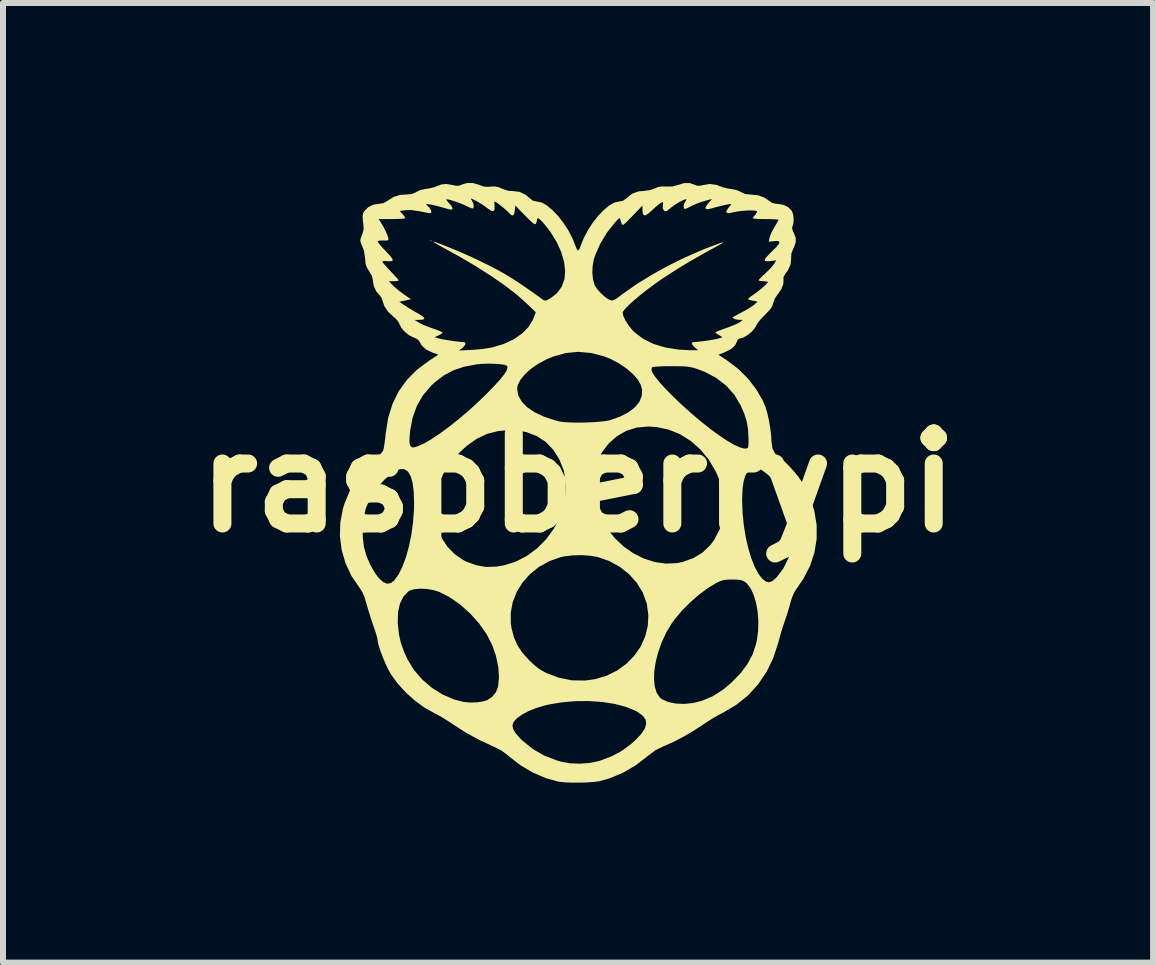
<source format=kicad_pcb>
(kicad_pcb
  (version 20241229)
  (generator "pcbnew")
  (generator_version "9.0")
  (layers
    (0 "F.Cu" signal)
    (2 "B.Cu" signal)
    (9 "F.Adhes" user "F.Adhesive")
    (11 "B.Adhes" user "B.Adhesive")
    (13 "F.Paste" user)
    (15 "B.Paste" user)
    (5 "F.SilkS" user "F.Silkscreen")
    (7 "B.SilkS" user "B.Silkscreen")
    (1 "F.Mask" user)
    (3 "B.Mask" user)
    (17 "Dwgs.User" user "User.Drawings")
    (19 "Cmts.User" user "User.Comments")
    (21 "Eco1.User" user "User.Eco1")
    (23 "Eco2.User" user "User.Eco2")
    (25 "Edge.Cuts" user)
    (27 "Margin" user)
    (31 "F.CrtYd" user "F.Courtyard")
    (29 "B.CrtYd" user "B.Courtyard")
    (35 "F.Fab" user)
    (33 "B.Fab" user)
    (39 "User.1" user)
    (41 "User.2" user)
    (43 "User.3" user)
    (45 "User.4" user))
  (footprint "raspberrypi"
    (layer "F.Cu")
    (at 6.586 4.998)
    (property "Reference" "raspberrypi" (at 0 0 0) (layer "F.SilkS") (effects (font (size 1.5 1.5) (thickness 0.3))))
    (attr board_only exclude_from_pos_files exclude_from_bom)
    (fp_poly (pts (xy -2.442 -4.035) (xy -2.452 -4.025) (xy -2.462 -4.035) (xy -2.452 -4.044)) (stroke (width 0) (type solid)) (fill yes) (layer "F.SilkS"))
    (fp_poly (pts (xy -1.746 -4.996) (xy -1.649 -4.967) (xy -1.643 -4.964) (xy -1.582 -4.94) (xy -1.515 -4.933) (xy -1.462 -4.937) (xy -1.386 -4.94) (xy -1.326 -4.928) (xy -1.269 -4.903) (xy -1.166 -4.868) (xy -1.089 -4.863) (xy -0.974 -4.85) (xy -0.871 -4.8) (xy -0.81 -4.747) (xy -0.756 -4.704) (xy -0.695 -4.69) (xy -0.683 -4.689) (xy -0.606 -4.672) (xy -0.519 -4.623) (xy -0.428 -4.547) (xy -0.335 -4.45) (xy -0.246 -4.336) (xy -0.164 -4.211) (xy -0.095 -4.079) (xy -0.042 -3.946) (xy -0.04 -3.942) (xy -0.018 -3.888) (xy 0.002 -3.873) (xy 0.023 -3.896) (xy 0.04 -3.942) (xy 0.093 -4.075) (xy 0.162 -4.207) (xy 0.243 -4.333) (xy 0.332 -4.447) (xy 0.425 -4.544) (xy 0.517 -4.621) (xy 0.603 -4.671) (xy 0.681 -4.689) (xy 0.683 -4.689) (xy 0.746 -4.7) (xy 0.8 -4.737) (xy 0.81 -4.747) (xy 0.903 -4.82) (xy 1.01 -4.858) (xy 1.093 -4.865) (xy 1.204 -4.88) (xy 1.274 -4.906) (xy 1.339 -4.932) (xy 1.407 -4.941) (xy 1.464 -4.938) (xy 1.571 -4.94) (xy 1.666 -4.965) (xy 1.772 -4.996) (xy 1.86 -4.997) (xy 1.938 -4.97) (xy 1.99 -4.951) (xy 2.042 -4.953) (xy 2.072 -4.961) (xy 2.196 -4.981) (xy 2.309 -4.966) (xy 2.36 -4.946) (xy 2.422 -4.923) (xy 2.501 -4.905) (xy 2.545 -4.899) (xy 2.631 -4.883) (xy 2.7 -4.856) (xy 2.714 -4.847) (xy 2.79 -4.814) (xy 2.865 -4.806) (xy 3.001 -4.793) (xy 3.111 -4.752) (xy 3.173 -4.708) (xy 3.234 -4.666) (xy 3.299 -4.651) (xy 3.319 -4.65) (xy 3.415 -4.636) (xy 3.498 -4.598) (xy 3.558 -4.54) (xy 3.563 -4.533) (xy 3.586 -4.469) (xy 3.594 -4.391) (xy 3.588 -4.317) (xy 3.575 -4.278) (xy 3.567 -4.242) (xy 3.582 -4.193) (xy 3.595 -4.167) (xy 3.627 -4.088) (xy 3.629 -4.014) (xy 3.602 -3.932) (xy 3.589 -3.906) (xy 3.556 -3.823) (xy 3.551 -3.743) (xy 3.552 -3.739) (xy 3.543 -3.64) (xy 3.498 -3.541) (xy 3.454 -3.484) (xy 3.424 -3.429) (xy 3.425 -3.386) (xy 3.421 -3.313) (xy 3.39 -3.231) (xy 3.336 -3.151) (xy 3.323 -3.136) (xy 3.279 -3.07) (xy 3.254 -2.999) (xy 3.24 -2.952) (xy 3.213 -2.905) (xy 3.164 -2.849) (xy 3.117 -2.802) (xy 3.06 -2.743) (xy 3.013 -2.689) (xy 2.985 -2.65) (xy 2.981 -2.641) (xy 2.947 -2.579) (xy 2.89 -2.515) (xy 2.821 -2.459) (xy 2.751 -2.419) (xy 2.69 -2.403) (xy 2.689 -2.403) (xy 2.663 -2.387) (xy 2.65 -2.359) (xy 2.616 -2.289) (xy 2.552 -2.231) (xy 2.455 -2.181) (xy 2.454 -2.18) (xy 2.34 -2.134) (xy 2.484 -2.04) (xy 2.665 -1.903) (xy 2.828 -1.742) (xy 2.967 -1.563) (xy 3.077 -1.375) (xy 3.124 -1.264) (xy 3.153 -1.168) (xy 3.18 -1.047) (xy 3.203 -0.916) (xy 3.218 -0.791) (xy 3.224 -0.686) (xy 3.224 -0.686) (xy 3.24 -0.573) (xy 3.288 -0.481) (xy 3.37 -0.411) (xy 3.37 -0.411) (xy 3.436 -0.36) (xy 3.513 -0.285) (xy 3.595 -0.195) (xy 3.673 -0.099) (xy 3.737 -0.006) (xy 3.75 0.015) (xy 3.863 0.241) (xy 3.939 0.471) (xy 3.977 0.704) (xy 3.977 0.936) (xy 3.94 1.164) (xy 3.866 1.387) (xy 3.756 1.601) (xy 3.673 1.721) (xy 3.615 1.807) (xy 3.575 1.889) (xy 3.543 1.987) (xy 3.537 2.011) (xy 3.51 2.107) (xy 3.478 2.21) (xy 3.448 2.297) (xy 3.446 2.303) (xy 3.421 2.377) (xy 3.39 2.475) (xy 3.36 2.582) (xy 3.34 2.657) (xy 3.256 2.916) (xy 3.142 3.152) (xy 2.999 3.363) (xy 2.829 3.548) (xy 2.632 3.705) (xy 2.433 3.822) (xy 2.333 3.876) (xy 2.221 3.941) (xy 2.118 4.007) (xy 2.091 4.026) (xy 1.93 4.131) (xy 1.763 4.229) (xy 1.601 4.314) (xy 1.454 4.38) (xy 1.429 4.39) (xy 1.291 4.457) (xy 1.167 4.55) (xy 1.166 4.551) (xy 0.963 4.708) (xy 0.745 4.835) (xy 0.519 4.929) (xy 0.355 4.974) (xy 0.271 4.986) (xy 0.16 4.994) (xy 0.036 4.998) (xy -0.091 4.998) (xy -0.208 4.994) (xy -0.302 4.985) (xy -0.331 4.981) (xy -0.54 4.922) (xy -0.75 4.832) (xy -0.952 4.714) (xy -1.136 4.573) (xy -1.164 4.548) (xy -1.276 4.464) (xy -1.414 4.394) (xy -1.43 4.387) (xy -1.645 4.288) (xy -1.871 4.164) (xy -2.054 4.046) (xy -1.094 4.046) (xy -1.08 4.109) (xy -1.037 4.18) (xy -0.961 4.265) (xy -0.933 4.292) (xy -0.757 4.436) (xy -0.565 4.547) (xy -0.352 4.629) (xy -0.274 4.651) (xy -0.129 4.676) (xy 0.032 4.682) (xy 0.194 4.67) (xy 0.34 4.64) (xy 0.361 4.634) (xy 0.553 4.562) (xy 0.717 4.476) (xy 0.866 4.369) (xy 0.951 4.294) (xy 1.049 4.191) (xy 1.111 4.1) (xy 1.136 4.02) (xy 1.126 3.949) (xy 1.079 3.883) (xy 0.996 3.822) (xy 0.949 3.796) (xy 0.792 3.733) (xy 0.606 3.685) (xy 0.399 3.653) (xy 0.178 3.638) (xy -0.049 3.64) (xy -0.275 3.66) (xy -0.493 3.697) (xy -0.56 3.713) (xy -0.702 3.756) (xy -0.83 3.808) (xy -0.937 3.866) (xy -1.02 3.926) (xy -1.074 3.986) (xy -1.094 4.044) (xy -1.094 4.046) (xy -2.054 4.046) (xy -2.097 4.019) (xy -2.1 4.016) (xy -2.186 3.959) (xy -2.274 3.905) (xy -2.351 3.862) (xy -2.387 3.844) (xy -2.553 3.753) (xy -2.719 3.632) (xy -2.877 3.49) (xy -3.017 3.334) (xy -3.121 3.189) (xy -3.163 3.113) (xy -3.208 3.019) (xy -3.251 2.917) (xy -3.29 2.816) (xy -3.32 2.725) (xy -3.338 2.654) (xy -3.341 2.624) (xy -3.347 2.588) (xy -3.365 2.525) (xy -3.39 2.446) (xy -3.41 2.389) (xy -3.432 2.325) (xy -3.006 2.325) (xy -3.003 2.369) (xy -2.985 2.529) (xy -2.952 2.674) (xy -2.899 2.821) (xy -2.844 2.941) (xy -2.737 3.118) (xy -2.599 3.278) (xy -2.437 3.417) (xy -2.257 3.53) (xy -2.064 3.613) (xy -1.905 3.653) (xy -1.801 3.663) (xy -1.688 3.66) (xy -1.584 3.644) (xy -1.517 3.624) (xy -1.435 3.571) (xy -1.37 3.492) (xy -1.334 3.404) (xy -1.318 3.244) (xy -1.33 3.067) (xy -1.37 2.88) (xy -1.429 2.709) (xy -1.524 2.524) (xy -1.651 2.343) (xy -1.802 2.174) (xy -1.815 2.164) (xy -1.122 2.164) (xy -1.121 2.345) (xy -1.108 2.427) (xy -1.068 2.579) (xy -1.01 2.71) (xy -0.929 2.832) (xy -0.821 2.952) (xy -0.729 3.04) (xy -0.645 3.105) (xy -0.555 3.157) (xy -0.523 3.173) (xy -0.316 3.251) (xy -0.101 3.293) (xy 0.117 3.296) (xy 0.261 3.276) (xy 1.266 3.276) (xy 1.279 3.4) (xy 1.311 3.503) (xy 1.363 3.579) (xy 1.395 3.605) (xy 1.499 3.653) (xy 1.628 3.68) (xy 1.772 3.686) (xy 1.923 3.67) (xy 2.071 3.632) (xy 2.252 3.554) (xy 2.42 3.446) (xy 2.563 3.325) (xy 2.712 3.17) (xy 2.826 3.017) (xy 2.91 2.859) (xy 2.966 2.69) (xy 2.981 2.621) (xy 3.002 2.464) (xy 3.005 2.303) (xy 2.993 2.146) (xy 2.966 1.998) (xy 2.926 1.866) (xy 2.875 1.756) (xy 2.812 1.676) (xy 2.788 1.656) (xy 2.749 1.633) (xy 2.705 1.62) (xy 2.645 1.614) (xy 2.569 1.612) (xy 2.481 1.615) (xy 2.416 1.624) (xy 2.357 1.644) (xy 2.306 1.669) (xy 2.165 1.754) (xy 2.016 1.865) (xy 1.868 1.994) (xy 1.73 2.133) (xy 1.612 2.273) (xy 1.556 2.351) (xy 1.467 2.502) (xy 1.393 2.661) (xy 1.336 2.823) (xy 1.295 2.983) (xy 1.271 3.135) (xy 1.266 3.276) (xy 0.261 3.276) (xy 0.283 3.273) (xy 0.478 3.215) (xy 0.654 3.127) (xy 0.808 3.015) (xy 0.938 2.881) (xy 1.043 2.73) (xy 1.118 2.564) (xy 1.162 2.388) (xy 1.172 2.205) (xy 1.146 2.019) (xy 1.142 2.004) (xy 1.077 1.827) (xy 0.978 1.666) (xy 0.849 1.522) (xy 0.694 1.4) (xy 0.517 1.303) (xy 0.33 1.238) (xy 0.205 1.216) (xy 0.06 1.206) (xy -0.09 1.21) (xy -0.229 1.226) (xy -0.293 1.24) (xy -0.483 1.308) (xy -0.654 1.403) (xy -0.802 1.523) (xy -0.926 1.663) (xy -1.022 1.819) (xy -1.089 1.987) (xy -1.122 2.164) (xy -1.815 2.164) (xy -1.972 2.024) (xy -2.153 1.9) (xy -2.315 1.818) (xy -2.412 1.788) (xy -2.519 1.77) (xy -2.627 1.765) (xy -2.725 1.773) (xy -2.801 1.794) (xy -2.827 1.809) (xy -2.91 1.895) (xy -2.968 2.01) (xy -3 2.153) (xy -3.006 2.325) (xy -3.432 2.325) (xy -3.447 2.282) (xy -3.485 2.161) (xy -3.518 2.049) (xy -3.527 2.016) (xy -3.561 1.904) (xy -3.596 1.821) (xy -3.638 1.757) (xy -3.641 1.752) (xy -3.775 1.557) (xy -3.875 1.346) (xy -3.94 1.123) (xy -3.969 0.899) (xy -3.589 0.899) (xy -3.572 1.052) (xy -3.568 1.075) (xy -3.525 1.224) (xy -3.461 1.373) (xy -3.383 1.507) (xy -3.321 1.589) (xy -3.25 1.654) (xy -3.184 1.682) (xy -3.122 1.672) (xy -3.064 1.627) (xy -2.993 1.529) (xy -2.928 1.398) (xy -2.869 1.24) (xy -2.819 1.06) (xy -2.779 0.865) (xy -2.751 0.659) (xy -2.741 0.522) (xy -2.38 0.522) (xy -2.365 0.658) (xy -2.332 0.783) (xy -2.277 0.91) (xy -2.275 0.916) (xy -2.183 1.059) (xy -2.062 1.185) (xy -1.92 1.284) (xy -1.869 1.311) (xy -1.703 1.373) (xy -1.539 1.402) (xy -1.367 1.398) (xy -1.241 1.377) (xy -1.042 1.316) (xy -0.855 1.22) (xy -0.683 1.093) (xy -0.531 0.94) (xy -0.403 0.764) (xy -0.303 0.569) (xy -0.241 0.39) (xy -0.221 0.282) (xy -0.21 0.155) (xy -0.209 0.031) (xy 0.252 0.031) (xy 0.27 0.231) (xy 0.322 0.433) (xy 0.378 0.573) (xy 0.482 0.757) (xy 0.611 0.921) (xy 0.759 1.061) (xy 0.924 1.177) (xy 1.1 1.264) (xy 1.283 1.322) (xy 1.469 1.347) (xy 1.654 1.338) (xy 1.745 1.319) (xy 1.925 1.254) (xy 2.078 1.16) (xy 2.206 1.037) (xy 2.268 0.953) (xy 2.361 0.774) (xy 2.418 0.584) (xy 2.438 0.386) (xy 2.431 0.309) (xy 2.735 0.309) (xy 2.743 0.508) (xy 2.763 0.709) (xy 2.795 0.905) (xy 2.837 1.09) (xy 2.888 1.258) (xy 2.946 1.404) (xy 3.01 1.522) (xy 3.069 1.597) (xy 3.128 1.645) (xy 3.182 1.659) (xy 3.238 1.639) (xy 3.302 1.584) (xy 3.312 1.573) (xy 3.42 1.431) (xy 3.504 1.263) (xy 3.562 1.077) (xy 3.591 0.879) (xy 3.595 0.783) (xy 3.576 0.564) (xy 3.522 0.359) (xy 3.434 0.173) (xy 3.312 0.005) (xy 3.156 -0.143) (xy 3.079 -0.2) (xy 2.999 -0.248) (xy 2.938 -0.265) (xy 2.887 -0.251) (xy 2.84 -0.206) (xy 2.82 -0.18) (xy 2.785 -0.11) (xy 2.759 -0.022) (xy 2.743 0.091) (xy 2.736 0.234) (xy 2.735 0.309) (xy 2.431 0.309) (xy 2.42 0.183) (xy 2.366 -0.023) (xy 2.297 -0.186) (xy 2.18 -0.384) (xy 2.039 -0.556) (xy 1.878 -0.698) (xy 1.7 -0.81) (xy 1.508 -0.887) (xy 1.304 -0.93) (xy 1.17 -0.938) (xy 0.981 -0.921) (xy 0.809 -0.869) (xy 0.655 -0.782) (xy 0.515 -0.66) (xy 0.4 -0.511) (xy 0.317 -0.343) (xy 0.268 -0.161) (xy 0.252 0.031) (xy -0.209 0.031) (xy -0.209 0.024) (xy -0.218 -0.098) (xy -0.237 -0.198) (xy -0.239 -0.207) (xy -0.314 -0.394) (xy -0.414 -0.552) (xy -0.539 -0.681) (xy -0.687 -0.778) (xy -0.856 -0.844) (xy -1.045 -0.876) (xy -1.133 -0.879) (xy -1.333 -0.863) (xy -1.518 -0.815) (xy -1.692 -0.732) (xy -1.859 -0.613) (xy -1.973 -0.508) (xy -2.12 -0.344) (xy -2.232 -0.18) (xy -2.31 -0.01) (xy -2.358 0.172) (xy -2.379 0.362) (xy -2.38 0.522) (xy -2.741 0.522) (xy -2.735 0.45) (xy -2.733 0.327) (xy -2.74 0.143) (xy -2.759 -0.004) (xy -2.792 -0.115) (xy -2.838 -0.19) (xy -2.896 -0.227) (xy -2.967 -0.229) (xy -3.051 -0.193) (xy -3.076 -0.177) (xy -3.225 -0.055) (xy -3.356 0.091) (xy -3.461 0.251) (xy -3.535 0.417) (xy -3.539 0.428) (xy -3.572 0.571) (xy -3.589 0.733) (xy -3.589 0.899) (xy -3.969 0.899) (xy -3.97 0.893) (xy -3.963 0.66) (xy -3.919 0.43) (xy -3.896 0.354) (xy -3.804 0.131) (xy -3.684 -0.072) (xy -3.541 -0.251) (xy -3.401 -0.38) (xy -3.338 -0.435) (xy -3.286 -0.488) (xy -3.253 -0.531) (xy -3.248 -0.541) (xy -3.238 -0.582) (xy -3.227 -0.652) (xy -3.219 -0.708) (xy -2.811 -0.708) (xy -2.808 -0.65) (xy -2.795 -0.617) (xy -2.794 -0.616) (xy -2.774 -0.595) (xy -2.752 -0.588) (xy -2.715 -0.596) (xy -2.664 -0.613) (xy -2.564 -0.658) (xy -2.443 -0.728) (xy -2.304 -0.821) (xy -2.153 -0.932) (xy -1.993 -1.059) (xy -1.83 -1.197) (xy -1.669 -1.344) (xy -1.533 -1.475) (xy -1.445 -1.565) (xy -1.016 -1.565) (xy -0.997 -1.458) (xy -0.941 -1.356) (xy -0.851 -1.262) (xy -0.728 -1.178) (xy -0.575 -1.105) (xy -0.394 -1.044) (xy -0.313 -1.023) (xy -0.239 -1.012) (xy -0.136 -1.006) (xy -0.015 -1.003) (xy 0.116 -1.005) (xy 0.246 -1.01) (xy 0.366 -1.019) (xy 0.465 -1.03) (xy 0.528 -1.043) (xy 0.698 -1.102) (xy 0.838 -1.174) (xy 0.946 -1.257) (xy 1.022 -1.349) (xy 1.062 -1.448) (xy 1.067 -1.553) (xy 1.046 -1.631) (xy 0.996 -1.72) (xy 0.915 -1.813) (xy 0.824 -1.89) (xy 1.222 -1.89) (xy 1.24 -1.837) (xy 1.288 -1.763) (xy 1.365 -1.668) (xy 1.473 -1.552) (xy 1.569 -1.454) (xy 1.726 -1.303) (xy 1.886 -1.159) (xy 2.043 -1.026) (xy 2.195 -0.905) (xy 2.339 -0.799) (xy 2.471 -0.71) (xy 2.588 -0.641) (xy 2.687 -0.594) (xy 2.764 -0.572) (xy 2.794 -0.571) (xy 2.818 -0.575) (xy 2.832 -0.587) (xy 2.839 -0.614) (xy 2.842 -0.664) (xy 2.841 -0.742) (xy 2.834 -0.891) (xy 2.811 -1.022) (xy 2.771 -1.151) (xy 2.711 -1.29) (xy 2.606 -1.467) (xy 2.47 -1.619) (xy 2.304 -1.748) (xy 2.109 -1.851) (xy 1.983 -1.898) (xy 1.924 -1.917) (xy 1.867 -1.929) (xy 1.805 -1.938) (xy 1.728 -1.942) (xy 1.625 -1.944) (xy 1.549 -1.944) (xy 1.437 -1.943) (xy 1.344 -1.939) (xy 1.275 -1.934) (xy 1.237 -1.927) (xy 1.233 -1.925) (xy 1.222 -1.89) (xy 0.824 -1.89) (xy 0.809 -1.904) (xy 0.686 -1.988) (xy 0.552 -2.06) (xy 0.436 -2.107) (xy 0.217 -2.164) (xy 0.004 -2.183) (xy -0.206 -2.163) (xy -0.416 -2.104) (xy -0.518 -2.062) (xy -0.659 -1.987) (xy -0.783 -1.902) (xy -0.884 -1.812) (xy -0.959 -1.72) (xy -1.005 -1.631) (xy -1.016 -1.565) (xy -1.445 -1.565) (xy -1.404 -1.607) (xy -1.305 -1.715) (xy -1.235 -1.802) (xy -1.192 -1.869) (xy -1.175 -1.917) (xy -1.184 -1.948) (xy -1.192 -1.954) (xy -1.235 -1.968) (xy -1.306 -1.978) (xy -1.397 -1.984) (xy -1.498 -1.986) (xy -1.598 -1.983) (xy -1.688 -1.975) (xy -1.694 -1.974) (xy -1.9 -1.935) (xy -2.078 -1.875) (xy -2.237 -1.791) (xy -2.384 -1.679) (xy -2.454 -1.613) (xy -2.586 -1.458) (xy -2.686 -1.284) (xy -2.757 -1.09) (xy -2.799 -0.871) (xy -2.806 -0.798) (xy -2.811 -0.708) (xy -3.219 -0.708) (xy -3.215 -0.74) (xy -3.206 -0.825) (xy -3.166 -1.081) (xy -3.094 -1.313) (xy -2.992 -1.523) (xy -2.856 -1.712) (xy -2.688 -1.882) (xy -2.488 -2.032) (xy -2.328 -2.137) (xy -2.425 -2.17) (xy -2.534 -2.222) (xy -2.609 -2.292) (xy -2.637 -2.344) (xy -2.67 -2.388) (xy -2.73 -2.419) (xy -2.742 -2.422) (xy -2.813 -2.457) (xy -2.884 -2.513) (xy -2.943 -2.579) (xy -2.977 -2.644) (xy -2.979 -2.651) (xy -3.006 -2.7) (xy -3.057 -2.752) (xy -3.074 -2.765) (xy -3.168 -2.853) (xy -3.232 -2.951) (xy -3.256 -3.025) (xy -3.276 -3.083) (xy -3.309 -3.128) (xy -3.312 -3.13) (xy -3.365 -3.192) (xy -3.403 -3.274) (xy -3.419 -3.362) (xy -3.419 -3.368) (xy -3.436 -3.446) (xy -3.483 -3.528) (xy -3.523 -3.592) (xy -3.542 -3.652) (xy -3.548 -3.727) (xy -3.548 -3.729) (xy -3.568 -3.866) (xy -3.595 -3.937) (xy -3.62 -3.994) (xy -3.627 -4.023) (xy -3.341 -4.023) (xy -3.328 -4) (xy -3.294 -3.958) (xy -3.243 -3.901) (xy -3.201 -3.857) (xy -3.135 -3.786) (xy -3.097 -3.737) (xy -3.089 -3.707) (xy -3.109 -3.694) (xy -3.158 -3.693) (xy -3.195 -3.696) (xy -3.24 -3.697) (xy -3.262 -3.689) (xy -3.263 -3.687) (xy -3.25 -3.666) (xy -3.216 -3.625) (xy -3.165 -3.569) (xy -3.126 -3.528) (xy -3.069 -3.467) (xy -3.023 -3.417) (xy -2.995 -3.384) (xy -2.989 -3.374) (xy -3.007 -3.366) (xy -3.05 -3.361) (xy -3.071 -3.361) (xy -3.153 -3.361) (xy -3.086 -3.29) (xy -3.034 -3.242) (xy -2.964 -3.186) (xy -2.902 -3.14) (xy -2.785 -3.06) (xy -2.882 -3.039) (xy -2.98 -3.018) (xy -2.892 -2.958) (xy -2.829 -2.917) (xy -2.749 -2.869) (xy -2.67 -2.824) (xy -2.599 -2.781) (xy -2.564 -2.75) (xy -2.566 -2.729) (xy -2.604 -2.718) (xy -2.657 -2.716) (xy -2.726 -2.715) (xy -2.649 -2.668) (xy -2.594 -2.639) (xy -2.516 -2.607) (xy -2.43 -2.575) (xy -2.41 -2.569) (xy -2.339 -2.544) (xy -2.286 -2.521) (xy -2.259 -2.504) (xy -2.258 -2.499) (xy -2.283 -2.479) (xy -2.327 -2.457) (xy -2.331 -2.455) (xy -2.393 -2.429) (xy -2.325 -2.407) (xy -2.278 -2.396) (xy -2.205 -2.383) (xy -2.118 -2.369) (xy -2.03 -2.357) (xy -1.954 -2.348) (xy -1.901 -2.345) (xy -1.901 -2.345) (xy -1.878 -2.333) (xy -1.881 -2.304) (xy -1.908 -2.266) (xy -1.929 -2.247) (xy -1.983 -2.205) (xy -1.778 -2.215) (xy -1.672 -2.223) (xy -1.56 -2.235) (xy -1.462 -2.251) (xy -1.426 -2.258) (xy -1.24 -2.314) (xy -1.076 -2.39) (xy -0.938 -2.485) (xy -0.829 -2.594) (xy -0.754 -2.716) (xy -0.745 -2.739) (xy -0.705 -2.843) (xy -0.86 -2.992) (xy -1.019 -3.134) (xy -1.213 -3.284) (xy -1.438 -3.441) (xy -1.692 -3.603) (xy -1.97 -3.767) (xy -2.173 -3.879) (xy -2.261 -3.927) (xy -2.334 -3.968) (xy -2.387 -3.999) (xy -2.414 -4.016) (xy -2.416 -4.019) (xy -2.395 -4.016) (xy -2.343 -3.999) (xy -2.268 -3.971) (xy -2.175 -3.934) (xy -2.069 -3.89) (xy -1.957 -3.843) (xy -1.844 -3.794) (xy -1.737 -3.745) (xy -1.646 -3.702) (xy -1.489 -3.625) (xy -1.349 -3.552) (xy -1.219 -3.48) (xy -1.092 -3.402) (xy -0.959 -3.316) (xy -0.813 -3.215) (xy -0.647 -3.097) (xy -0.584 -3.051) (xy -0.558 -3.038) (xy -0.528 -3.041) (xy -0.482 -3.063) (xy -0.46 -3.076) (xy -0.351 -3.161) (xy -0.273 -3.268) (xy -0.227 -3.397) (xy -0.217 -3.5) (xy 0.238 -3.5) (xy 0.249 -3.39) (xy 0.275 -3.3) (xy 0.281 -3.286) (xy 0.326 -3.22) (xy 0.389 -3.151) (xy 0.458 -3.091) (xy 0.52 -3.051) (xy 0.525 -3.049) (xy 0.552 -3.04) (xy 0.577 -3.04) (xy 0.608 -3.052) (xy 0.653 -3.08) (xy 0.717 -3.128) (xy 0.754 -3.155) (xy 0.973 -3.309) (xy 1.221 -3.462) (xy 1.488 -3.611) (xy 1.764 -3.748) (xy 2.039 -3.869) (xy 2.12 -3.902) (xy 2.246 -3.95) (xy 2.337 -3.985) (xy 2.394 -4.004) (xy 2.418 -4.009) (xy 2.411 -3.999) (xy 2.372 -3.975) (xy 2.303 -3.937) (xy 2.266 -3.917) (xy 2.069 -3.808) (xy 1.872 -3.695) (xy 1.686 -3.583) (xy 1.519 -3.478) (xy 1.407 -3.404) (xy 1.277 -3.313) (xy 1.152 -3.22) (xy 1.037 -3.129) (xy 0.936 -3.045) (xy 0.852 -2.969) (xy 0.789 -2.906) (xy 0.752 -2.858) (xy 0.743 -2.835) (xy 0.756 -2.776) (xy 0.792 -2.702) (xy 0.844 -2.621) (xy 0.906 -2.544) (xy 0.94 -2.509) (xy 1.084 -2.401) (xy 1.257 -2.315) (xy 1.456 -2.255) (xy 1.68 -2.22) (xy 1.856 -2.211) (xy 2.003 -2.209) (xy 1.949 -2.253) (xy 1.91 -2.293) (xy 1.896 -2.326) (xy 1.909 -2.343) (xy 1.92 -2.345) (xy 1.975 -2.348) (xy 2.052 -2.357) (xy 2.14 -2.368) (xy 2.226 -2.382) (xy 2.297 -2.395) (xy 2.34 -2.405) (xy 2.407 -2.427) (xy 2.346 -2.464) (xy 2.307 -2.49) (xy 2.287 -2.507) (xy 2.286 -2.508) (xy 2.303 -2.517) (xy 2.35 -2.536) (xy 2.417 -2.561) (xy 2.468 -2.579) (xy 2.552 -2.61) (xy 2.626 -2.641) (xy 2.681 -2.668) (xy 2.697 -2.678) (xy 2.745 -2.715) (xy 2.687 -2.716) (xy 2.639 -2.722) (xy 2.599 -2.735) (xy 2.578 -2.751) (xy 2.58 -2.761) (xy 2.6 -2.773) (xy 2.647 -2.798) (xy 2.712 -2.833) (xy 2.75 -2.853) (xy 2.827 -2.896) (xy 2.893 -2.937) (xy 2.94 -2.971) (xy 2.951 -2.981) (xy 2.991 -3.023) (xy 2.912 -3.036) (xy 2.863 -3.047) (xy 2.836 -3.059) (xy 2.833 -3.063) (xy 2.848 -3.081) (xy 2.886 -3.111) (xy 2.907 -3.125) (xy 2.961 -3.163) (xy 3.022 -3.21) (xy 3.081 -3.259) (xy 3.129 -3.303) (xy 3.159 -3.335) (xy 3.165 -3.346) (xy 3.148 -3.355) (xy 3.105 -3.36) (xy 3.087 -3.361) (xy 3.038 -3.364) (xy 3.011 -3.372) (xy 3.009 -3.376) (xy 3.023 -3.395) (xy 3.059 -3.432) (xy 3.11 -3.48) (xy 3.121 -3.491) (xy 3.181 -3.548) (xy 3.233 -3.604) (xy 3.267 -3.647) (xy 3.268 -3.649) (xy 3.302 -3.709) (xy 3.225 -3.698) (xy 3.156 -3.692) (xy 3.117 -3.697) (xy 3.11 -3.717) (xy 3.133 -3.755) (xy 3.187 -3.813) (xy 3.221 -3.847) (xy 3.297 -3.922) (xy 3.342 -3.975) (xy 3.358 -4.01) (xy 3.345 -4.028) (xy 3.305 -4.032) (xy 3.27 -4.029) (xy 3.179 -4.019) (xy 3.192 -4.086) (xy 3.209 -4.138) (xy 3.241 -4.206) (xy 3.273 -4.262) (xy 3.308 -4.32) (xy 3.332 -4.364) (xy 3.341 -4.384) (xy 3.323 -4.389) (xy 3.273 -4.393) (xy 3.201 -4.395) (xy 3.126 -4.396) (xy 3.04 -4.397) (xy 2.97 -4.4) (xy 2.925 -4.405) (xy 2.911 -4.41) (xy 2.923 -4.432) (xy 2.953 -4.467) (xy 2.954 -4.468) (xy 2.979 -4.503) (xy 2.982 -4.527) (xy 2.981 -4.528) (xy 2.952 -4.537) (xy 2.894 -4.54) (xy 2.819 -4.539) (xy 2.736 -4.533) (xy 2.656 -4.523) (xy 2.589 -4.51) (xy 2.585 -4.508) (xy 2.514 -4.494) (xy 2.476 -4.501) (xy 2.472 -4.528) (xy 2.5 -4.575) (xy 2.513 -4.591) (xy 2.542 -4.628) (xy 2.554 -4.649) (xy 2.552 -4.65) (xy 2.518 -4.645) (xy 2.458 -4.633) (xy 2.384 -4.617) (xy 2.311 -4.598) (xy 2.249 -4.581) (xy 2.24 -4.578) (xy 2.169 -4.561) (xy 2.13 -4.565) (xy 2.124 -4.59) (xy 2.151 -4.636) (xy 2.17 -4.659) (xy 2.233 -4.731) (xy 2.177 -4.717) (xy 2.037 -4.676) (xy 1.913 -4.626) (xy 1.864 -4.6) (xy 1.814 -4.575) (xy 1.779 -4.565) (xy 1.771 -4.566) (xy 1.758 -4.602) (xy 1.767 -4.651) (xy 1.791 -4.693) (xy 1.808 -4.719) (xy 1.799 -4.727) (xy 1.768 -4.719) (xy 1.722 -4.698) (xy 1.665 -4.667) (xy 1.605 -4.628) (xy 1.546 -4.584) (xy 1.527 -4.568) (xy 1.483 -4.534) (xy 1.455 -4.525) (xy 1.432 -4.536) (xy 1.412 -4.576) (xy 1.413 -4.625) (xy 1.418 -4.667) (xy 1.41 -4.679) (xy 1.383 -4.667) (xy 1.381 -4.666) (xy 1.346 -4.642) (xy 1.294 -4.599) (xy 1.236 -4.546) (xy 1.23 -4.54) (xy 1.164 -4.483) (xy 1.119 -4.457) (xy 1.091 -4.464) (xy 1.077 -4.502) (xy 1.074 -4.551) (xy 1.073 -4.621) (xy 0.908 -4.449) (xy 0.838 -4.377) (xy 0.791 -4.33) (xy 0.761 -4.305) (xy 0.743 -4.299) (xy 0.732 -4.307) (xy 0.723 -4.327) (xy 0.723 -4.328) (xy 0.708 -4.372) (xy 0.703 -4.397) (xy 0.699 -4.413) (xy 0.681 -4.407) (xy 0.647 -4.374) (xy 0.614 -4.338) (xy 0.481 -4.17) (xy 0.37 -3.985) (xy 0.287 -3.796) (xy 0.263 -3.724) (xy 0.243 -3.616) (xy 0.238 -3.5) (xy -0.217 -3.5) (xy -0.215 -3.523) (xy -0.232 -3.678) (xy -0.28 -3.845) (xy -0.358 -4.016) (xy -0.462 -4.184) (xy -0.533 -4.277) (xy -0.597 -4.353) (xy -0.643 -4.397) (xy -0.671 -4.411) (xy -0.683 -4.396) (xy -0.684 -4.383) (xy -0.695 -4.335) (xy -0.703 -4.318) (xy -0.716 -4.31) (xy -0.739 -4.319) (xy -0.776 -4.349) (xy -0.831 -4.402) (xy -0.884 -4.455) (xy -1.045 -4.621) (xy -1.052 -4.553) (xy -1.064 -4.485) (xy -1.084 -4.456) (xy -1.115 -4.463) (xy -1.146 -4.494) (xy -1.179 -4.527) (xy -1.228 -4.57) (xy -1.283 -4.616) (xy -1.335 -4.655) (xy -1.375 -4.682) (xy -1.391 -4.689) (xy -1.395 -4.672) (xy -1.393 -4.631) (xy -1.392 -4.626) (xy -1.392 -4.56) (xy -1.408 -4.529) (xy -1.443 -4.532) (xy -1.498 -4.567) (xy -1.508 -4.575) (xy -1.577 -4.626) (xy -1.657 -4.676) (xy -1.697 -4.698) (xy -1.754 -4.726) (xy -1.782 -4.738) (xy -1.787 -4.732) (xy -1.774 -4.711) (xy -1.77 -4.706) (xy -1.748 -4.661) (xy -1.74 -4.615) (xy -1.745 -4.581) (xy -1.759 -4.572) (xy -1.787 -4.58) (xy -1.836 -4.601) (xy -1.871 -4.619) (xy -1.934 -4.647) (xy -2.01 -4.676) (xy -2.087 -4.702) (xy -2.153 -4.721) (xy -2.195 -4.728) (xy -2.196 -4.728) (xy -2.195 -4.716) (xy -2.173 -4.685) (xy -2.153 -4.664) (xy -2.108 -4.61) (xy -2.092 -4.573) (xy -2.104 -4.554) (xy -2.115 -4.553) (xy -2.146 -4.558) (xy -2.201 -4.573) (xy -2.257 -4.589) (xy -2.336 -4.611) (xy -2.414 -4.63) (xy -2.456 -4.638) (xy -2.538 -4.65) (xy -2.49 -4.599) (xy -2.455 -4.551) (xy -2.443 -4.514) (xy -2.457 -4.495) (xy -2.466 -4.494) (xy -2.496 -4.498) (xy -2.552 -4.508) (xy -2.625 -4.523) (xy -2.639 -4.526) (xy -2.777 -4.546) (xy -2.881 -4.544) (xy -2.974 -4.53) (xy -2.923 -4.476) (xy -2.893 -4.439) (xy -2.883 -4.413) (xy -2.885 -4.409) (xy -2.909 -4.404) (xy -2.963 -4.4) (xy -3.039 -4.397) (xy -3.112 -4.396) (xy -3.325 -4.396) (xy -3.283 -4.333) (xy -3.241 -4.262) (xy -3.202 -4.184) (xy -3.173 -4.113) (xy -3.162 -4.074) (xy -3.162 -4.05) (xy -3.179 -4.04) (xy -3.223 -4.038) (xy -3.248 -4.039) (xy -3.308 -4.038) (xy -3.339 -4.028) (xy -3.341 -4.023) (xy -3.627 -4.023) (xy -3.63 -4.033) (xy -3.625 -4.071) (xy -3.606 -4.122) (xy -3.587 -4.174) (xy -3.577 -4.214) (xy -3.575 -4.256) (xy -3.58 -4.314) (xy -3.587 -4.371) (xy -3.592 -4.444) (xy -3.583 -4.494) (xy -3.567 -4.524) (xy -3.5 -4.593) (xy -3.411 -4.637) (xy -3.325 -4.65) (xy -3.25 -4.66) (xy -3.183 -4.696) (xy -3.169 -4.706) (xy -3.071 -4.767) (xy -2.965 -4.799) (xy -2.859 -4.806) (xy -2.775 -4.813) (xy -2.714 -4.837) (xy -2.697 -4.848) (xy -2.629 -4.881) (xy -2.541 -4.899) (xy -2.536 -4.899) (xy -2.458 -4.912) (xy -2.38 -4.934) (xy -2.353 -4.945) (xy -2.275 -4.974) (xy -2.198 -4.981) (xy -2.107 -4.967) (xy -2.082 -4.961) (xy -2.019 -4.95) (xy -1.972 -4.956) (xy -1.938 -4.971) (xy -1.848 -4.998)) (stroke (width 0) (type solid)) (fill yes) (layer "F.SilkS")))
  (gr_rect
    (start -3 -3)
    (end 16.171 12.996)
    (stroke (width 0.1) (type default))
    (fill no)
    (layer "Edge.Cuts")))
</source>
